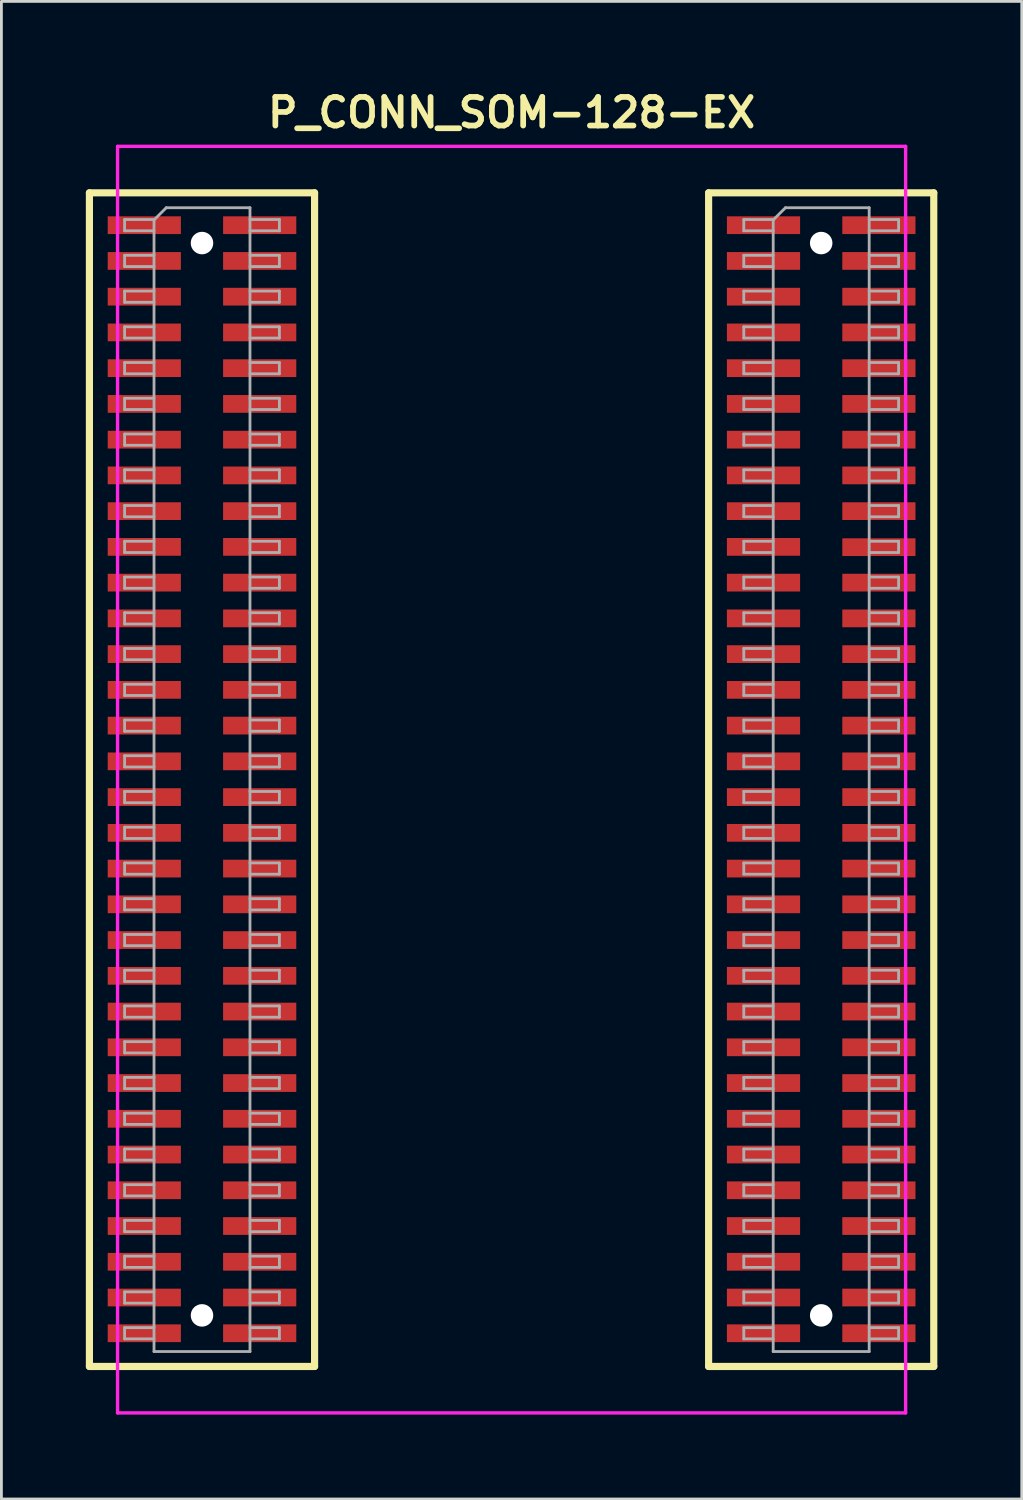
<source format=kicad_pcb>
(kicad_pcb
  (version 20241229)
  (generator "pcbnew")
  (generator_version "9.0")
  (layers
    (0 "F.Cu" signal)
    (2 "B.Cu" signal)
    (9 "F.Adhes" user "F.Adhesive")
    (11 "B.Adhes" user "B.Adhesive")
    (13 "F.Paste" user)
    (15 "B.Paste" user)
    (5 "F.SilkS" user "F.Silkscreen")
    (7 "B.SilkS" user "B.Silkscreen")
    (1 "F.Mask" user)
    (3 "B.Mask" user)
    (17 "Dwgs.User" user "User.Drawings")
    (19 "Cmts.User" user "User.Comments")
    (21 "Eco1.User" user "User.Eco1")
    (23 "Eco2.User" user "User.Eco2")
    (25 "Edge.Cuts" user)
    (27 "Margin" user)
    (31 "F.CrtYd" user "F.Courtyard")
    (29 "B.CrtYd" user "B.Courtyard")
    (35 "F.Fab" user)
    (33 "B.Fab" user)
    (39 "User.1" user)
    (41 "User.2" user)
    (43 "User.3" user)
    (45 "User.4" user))
  (footprint "P_CONN_SOM-128-EX"
    (layer "F.Cu")
    (at 4.127 4.951)
    (property "Reference" "P_CONN_SOM-128-EX" (at 11 -4 0) (layer "F.SilkS") (effects (font (size 1.016 1.016) (thickness 0.203))))
    (property "Value" "${VALUE}" (at 11 43 0) (layer "F.SilkS") (hide yes) (effects (font (size 1.016 0.914) (thickness 0.203) (italic yes))))
    (attr through_hole)
    (fp_line (start -4 -1.15) (end -4 40.55) (stroke (width 0.254) (type solid)) (layer "F.SilkS"))
    (fp_line (start -4 -1.15) (end 4 -1.15) (stroke (width 0.254) (type solid)) (layer "F.SilkS"))
    (fp_line (start -4 40.55) (end 4 40.55) (stroke (width 0.254) (type solid)) (layer "F.SilkS"))
    (fp_line (start 4 -1.15) (end 4 40.55) (stroke (width 0.254) (type solid)) (layer "F.SilkS"))
    (fp_line (start 18 -1.15) (end 18 40.55) (stroke (width 0.254) (type solid)) (layer "F.SilkS"))
    (fp_line (start 18 -1.15) (end 26 -1.15) (stroke (width 0.254) (type solid)) (layer "F.SilkS"))
    (fp_line (start 18 40.55) (end 26 40.55) (stroke (width 0.254) (type solid)) (layer "F.SilkS"))
    (fp_line (start 26 40.55) (end 26 -1.15) (stroke (width 0.254) (type solid)) (layer "F.SilkS"))
    (fp_line (start -3 -2.8) (end -3 42.2) (stroke (width 0.12) (type solid)) (layer "F.CrtYd"))
    (fp_line (start -3 -2.8) (end 25 -2.8) (stroke (width 0.12) (type solid)) (layer "F.CrtYd"))
    (fp_line (start -3 42.2) (end 25 42.2) (stroke (width 0.12) (type solid)) (layer "F.CrtYd"))
    (fp_line (start 25 -2.8) (end 25 42.2) (stroke (width 0.12) (type solid)) (layer "F.CrtYd"))
    (fp_line (start -2.75 -0.2) (end -2.75 0.2) (stroke (width 0.1) (type solid)) (layer "F.Fab"))
    (fp_line (start -2.75 0.2) (end -1.705 0.2) (stroke (width 0.1) (type solid)) (layer "F.Fab"))
    (fp_line (start -2.75 1.07) (end -2.75 1.47) (stroke (width 0.1) (type solid)) (layer "F.Fab"))
    (fp_line (start -2.75 1.47) (end -1.705 1.47) (stroke (width 0.1) (type solid)) (layer "F.Fab"))
    (fp_line (start -2.75 2.34) (end -2.75 2.74) (stroke (width 0.1) (type solid)) (layer "F.Fab"))
    (fp_line (start -2.75 2.74) (end -1.705 2.74) (stroke (width 0.1) (type solid)) (layer "F.Fab"))
    (fp_line (start -2.75 3.61) (end -2.75 4.01) (stroke (width 0.1) (type solid)) (layer "F.Fab"))
    (fp_line (start -2.75 4.01) (end -1.705 4.01) (stroke (width 0.1) (type solid)) (layer "F.Fab"))
    (fp_line (start -2.75 4.88) (end -2.75 5.28) (stroke (width 0.1) (type solid)) (layer "F.Fab"))
    (fp_line (start -2.75 5.28) (end -1.705 5.28) (stroke (width 0.1) (type solid)) (layer "F.Fab"))
    (fp_line (start -2.75 6.15) (end -2.75 6.55) (stroke (width 0.1) (type solid)) (layer "F.Fab"))
    (fp_line (start -2.75 6.55) (end -1.705 6.55) (stroke (width 0.1) (type solid)) (layer "F.Fab"))
    (fp_line (start -2.75 7.42) (end -2.75 7.82) (stroke (width 0.1) (type solid)) (layer "F.Fab"))
    (fp_line (start -2.75 7.82) (end -1.705 7.82) (stroke (width 0.1) (type solid)) (layer "F.Fab"))
    (fp_line (start -2.75 8.69) (end -2.75 9.09) (stroke (width 0.1) (type solid)) (layer "F.Fab"))
    (fp_line (start -2.75 9.09) (end -1.705 9.09) (stroke (width 0.1) (type solid)) (layer "F.Fab"))
    (fp_line (start -2.75 9.96) (end -2.75 10.36) (stroke (width 0.1) (type solid)) (layer "F.Fab"))
    (fp_line (start -2.75 10.36) (end -1.705 10.36) (stroke (width 0.1) (type solid)) (layer "F.Fab"))
    (fp_line (start -2.75 11.23) (end -2.75 11.63) (stroke (width 0.1) (type solid)) (layer "F.Fab"))
    (fp_line (start -2.75 11.63) (end -1.705 11.63) (stroke (width 0.1) (type solid)) (layer "F.Fab"))
    (fp_line (start -2.75 12.5) (end -2.75 12.9) (stroke (width 0.1) (type solid)) (layer "F.Fab"))
    (fp_line (start -2.75 12.9) (end -1.705 12.9) (stroke (width 0.1) (type solid)) (layer "F.Fab"))
    (fp_line (start -2.75 13.77) (end -2.75 14.17) (stroke (width 0.1) (type solid)) (layer "F.Fab"))
    (fp_line (start -2.75 14.17) (end -1.705 14.17) (stroke (width 0.1) (type solid)) (layer "F.Fab"))
    (fp_line (start -2.75 15.04) (end -2.75 15.44) (stroke (width 0.1) (type solid)) (layer "F.Fab"))
    (fp_line (start -2.75 15.44) (end -1.705 15.44) (stroke (width 0.1) (type solid)) (layer "F.Fab"))
    (fp_line (start -2.75 16.31) (end -2.75 16.71) (stroke (width 0.1) (type solid)) (layer "F.Fab"))
    (fp_line (start -2.75 16.71) (end -1.705 16.71) (stroke (width 0.1) (type solid)) (layer "F.Fab"))
    (fp_line (start -2.75 17.58) (end -2.75 17.98) (stroke (width 0.1) (type solid)) (layer "F.Fab"))
    (fp_line (start -2.75 17.98) (end -1.705 17.98) (stroke (width 0.1) (type solid)) (layer "F.Fab"))
    (fp_line (start -2.75 18.85) (end -2.75 19.25) (stroke (width 0.1) (type solid)) (layer "F.Fab"))
    (fp_line (start -2.75 19.25) (end -1.705 19.25) (stroke (width 0.1) (type solid)) (layer "F.Fab"))
    (fp_line (start -2.75 20.12) (end -2.75 20.52) (stroke (width 0.1) (type solid)) (layer "F.Fab"))
    (fp_line (start -2.75 20.52) (end -1.705 20.52) (stroke (width 0.1) (type solid)) (layer "F.Fab"))
    (fp_line (start -2.75 21.39) (end -2.75 21.79) (stroke (width 0.1) (type solid)) (layer "F.Fab"))
    (fp_line (start -2.75 21.79) (end -1.705 21.79) (stroke (width 0.1) (type solid)) (layer "F.Fab"))
    (fp_line (start -2.75 22.66) (end -2.75 23.06) (stroke (width 0.1) (type solid)) (layer "F.Fab"))
    (fp_line (start -2.75 23.06) (end -1.705 23.06) (stroke (width 0.1) (type solid)) (layer "F.Fab"))
    (fp_line (start -2.75 23.93) (end -2.75 24.33) (stroke (width 0.1) (type solid)) (layer "F.Fab"))
    (fp_line (start -2.75 24.33) (end -1.705 24.33) (stroke (width 0.1) (type solid)) (layer "F.Fab"))
    (fp_line (start -2.75 25.2) (end -2.75 25.6) (stroke (width 0.1) (type solid)) (layer "F.Fab"))
    (fp_line (start -2.75 25.6) (end -1.705 25.6) (stroke (width 0.1) (type solid)) (layer "F.Fab"))
    (fp_line (start -2.75 26.47) (end -2.75 26.87) (stroke (width 0.1) (type solid)) (layer "F.Fab"))
    (fp_line (start -2.75 26.87) (end -1.705 26.87) (stroke (width 0.1) (type solid)) (layer "F.Fab"))
    (fp_line (start -2.75 27.74) (end -2.75 28.14) (stroke (width 0.1) (type solid)) (layer "F.Fab"))
    (fp_line (start -2.75 28.14) (end -1.705 28.14) (stroke (width 0.1) (type solid)) (layer "F.Fab"))
    (fp_line (start -2.75 29.01) (end -2.75 29.41) (stroke (width 0.1) (type solid)) (layer "F.Fab"))
    (fp_line (start -2.75 29.41) (end -1.705 29.41) (stroke (width 0.1) (type solid)) (layer "F.Fab"))
    (fp_line (start -2.75 30.28) (end -2.75 30.68) (stroke (width 0.1) (type solid)) (layer "F.Fab"))
    (fp_line (start -2.75 30.68) (end -1.705 30.68) (stroke (width 0.1) (type solid)) (layer "F.Fab"))
    (fp_line (start -2.75 31.55) (end -2.75 31.95) (stroke (width 0.1) (type solid)) (layer "F.Fab"))
    (fp_line (start -2.75 31.95) (end -1.705 31.95) (stroke (width 0.1) (type solid)) (layer "F.Fab"))
    (fp_line (start -2.75 32.82) (end -2.75 33.22) (stroke (width 0.1) (type solid)) (layer "F.Fab"))
    (fp_line (start -2.75 33.22) (end -1.705 33.22) (stroke (width 0.1) (type solid)) (layer "F.Fab"))
    (fp_line (start -2.75 34.09) (end -2.75 34.49) (stroke (width 0.1) (type solid)) (layer "F.Fab"))
    (fp_line (start -2.75 34.49) (end -1.705 34.49) (stroke (width 0.1) (type solid)) (layer "F.Fab"))
    (fp_line (start -2.75 35.36) (end -2.75 35.76) (stroke (width 0.1) (type solid)) (layer "F.Fab"))
    (fp_line (start -2.75 35.76) (end -1.705 35.76) (stroke (width 0.1) (type solid)) (layer "F.Fab"))
    (fp_line (start -2.75 36.63) (end -2.75 37.03) (stroke (width 0.1) (type solid)) (layer "F.Fab"))
    (fp_line (start -2.75 37.03) (end -1.705 37.03) (stroke (width 0.1) (type solid)) (layer "F.Fab"))
    (fp_line (start -2.75 37.9) (end -2.75 38.3) (stroke (width 0.1) (type solid)) (layer "F.Fab"))
    (fp_line (start -2.75 38.3) (end -1.705 38.3) (stroke (width 0.1) (type solid)) (layer "F.Fab"))
    (fp_line (start -2.75 39.17) (end -2.75 39.57) (stroke (width 0.1) (type solid)) (layer "F.Fab"))
    (fp_line (start -2.75 39.57) (end -1.705 39.57) (stroke (width 0.1) (type solid)) (layer "F.Fab"))
    (fp_line (start -1.705 -0.2) (end -2.75 -0.2) (stroke (width 0.1) (type solid)) (layer "F.Fab"))
    (fp_line (start -1.705 -0.185) (end -1.27 -0.62) (stroke (width 0.1) (type solid)) (layer "F.Fab"))
    (fp_line (start -1.705 1.07) (end -2.75 1.07) (stroke (width 0.1) (type solid)) (layer "F.Fab"))
    (fp_line (start -1.705 2.34) (end -2.75 2.34) (stroke (width 0.1) (type solid)) (layer "F.Fab"))
    (fp_line (start -1.705 3.61) (end -2.75 3.61) (stroke (width 0.1) (type solid)) (layer "F.Fab"))
    (fp_line (start -1.705 4.88) (end -2.75 4.88) (stroke (width 0.1) (type solid)) (layer "F.Fab"))
    (fp_line (start -1.705 6.15) (end -2.75 6.15) (stroke (width 0.1) (type solid)) (layer "F.Fab"))
    (fp_line (start -1.705 7.42) (end -2.75 7.42) (stroke (width 0.1) (type solid)) (layer "F.Fab"))
    (fp_line (start -1.705 8.69) (end -2.75 8.69) (stroke (width 0.1) (type solid)) (layer "F.Fab"))
    (fp_line (start -1.705 9.96) (end -2.75 9.96) (stroke (width 0.1) (type solid)) (layer "F.Fab"))
    (fp_line (start -1.705 11.23) (end -2.75 11.23) (stroke (width 0.1) (type solid)) (layer "F.Fab"))
    (fp_line (start -1.705 12.5) (end -2.75 12.5) (stroke (width 0.1) (type solid)) (layer "F.Fab"))
    (fp_line (start -1.705 13.77) (end -2.75 13.77) (stroke (width 0.1) (type solid)) (layer "F.Fab"))
    (fp_line (start -1.705 15.04) (end -2.75 15.04) (stroke (width 0.1) (type solid)) (layer "F.Fab"))
    (fp_line (start -1.705 16.31) (end -2.75 16.31) (stroke (width 0.1) (type solid)) (layer "F.Fab"))
    (fp_line (start -1.705 17.58) (end -2.75 17.58) (stroke (width 0.1) (type solid)) (layer "F.Fab"))
    (fp_line (start -1.705 18.85) (end -2.75 18.85) (stroke (width 0.1) (type solid)) (layer "F.Fab"))
    (fp_line (start -1.705 20.12) (end -2.75 20.12) (stroke (width 0.1) (type solid)) (layer "F.Fab"))
    (fp_line (start -1.705 21.39) (end -2.75 21.39) (stroke (width 0.1) (type solid)) (layer "F.Fab"))
    (fp_line (start -1.705 22.66) (end -2.75 22.66) (stroke (width 0.1) (type solid)) (layer "F.Fab"))
    (fp_line (start -1.705 23.93) (end -2.75 23.93) (stroke (width 0.1) (type solid)) (layer "F.Fab"))
    (fp_line (start -1.705 25.2) (end -2.75 25.2) (stroke (width 0.1) (type solid)) (layer "F.Fab"))
    (fp_line (start -1.705 26.47) (end -2.75 26.47) (stroke (width 0.1) (type solid)) (layer "F.Fab"))
    (fp_line (start -1.705 27.74) (end -2.75 27.74) (stroke (width 0.1) (type solid)) (layer "F.Fab"))
    (fp_line (start -1.705 29.01) (end -2.75 29.01) (stroke (width 0.1) (type solid)) (layer "F.Fab"))
    (fp_line (start -1.705 30.28) (end -2.75 30.28) (stroke (width 0.1) (type solid)) (layer "F.Fab"))
    (fp_line (start -1.705 31.55) (end -2.75 31.55) (stroke (width 0.1) (type solid)) (layer "F.Fab"))
    (fp_line (start -1.705 32.82) (end -2.75 32.82) (stroke (width 0.1) (type solid)) (layer "F.Fab"))
    (fp_line (start -1.705 34.09) (end -2.75 34.09) (stroke (width 0.1) (type solid)) (layer "F.Fab"))
    (fp_line (start -1.705 35.36) (end -2.75 35.36) (stroke (width 0.1) (type solid)) (layer "F.Fab"))
    (fp_line (start -1.705 36.63) (end -2.75 36.63) (stroke (width 0.1) (type solid)) (layer "F.Fab"))
    (fp_line (start -1.705 37.9) (end -2.75 37.9) (stroke (width 0.1) (type solid)) (layer "F.Fab"))
    (fp_line (start -1.705 39.17) (end -2.75 39.17) (stroke (width 0.1) (type solid)) (layer "F.Fab"))
    (fp_line (start -1.705 40.02) (end -1.705 -0.185) (stroke (width 0.1) (type solid)) (layer "F.Fab"))
    (fp_line (start -1.27 -0.62) (end 1.705 -0.62) (stroke (width 0.1) (type solid)) (layer "F.Fab"))
    (fp_line (start 1.705 -0.62) (end 1.705 40.02) (stroke (width 0.1) (type solid)) (layer "F.Fab"))
    (fp_line (start 1.705 -0.2) (end 2.75 -0.2) (stroke (width 0.1) (type solid)) (layer "F.Fab"))
    (fp_line (start 1.705 1.07) (end 2.75 1.07) (stroke (width 0.1) (type solid)) (layer "F.Fab"))
    (fp_line (start 1.705 2.34) (end 2.75 2.34) (stroke (width 0.1) (type solid)) (layer "F.Fab"))
    (fp_line (start 1.705 3.61) (end 2.75 3.61) (stroke (width 0.1) (type solid)) (layer "F.Fab"))
    (fp_line (start 1.705 4.88) (end 2.75 4.88) (stroke (width 0.1) (type solid)) (layer "F.Fab"))
    (fp_line (start 1.705 6.15) (end 2.75 6.15) (stroke (width 0.1) (type solid)) (layer "F.Fab"))
    (fp_line (start 1.705 7.42) (end 2.75 7.42) (stroke (width 0.1) (type solid)) (layer "F.Fab"))
    (fp_line (start 1.705 8.69) (end 2.75 8.69) (stroke (width 0.1) (type solid)) (layer "F.Fab"))
    (fp_line (start 1.705 9.96) (end 2.75 9.96) (stroke (width 0.1) (type solid)) (layer "F.Fab"))
    (fp_line (start 1.705 11.23) (end 2.75 11.23) (stroke (width 0.1) (type solid)) (layer "F.Fab"))
    (fp_line (start 1.705 12.5) (end 2.75 12.5) (stroke (width 0.1) (type solid)) (layer "F.Fab"))
    (fp_line (start 1.705 13.77) (end 2.75 13.77) (stroke (width 0.1) (type solid)) (layer "F.Fab"))
    (fp_line (start 1.705 15.04) (end 2.75 15.04) (stroke (width 0.1) (type solid)) (layer "F.Fab"))
    (fp_line (start 1.705 16.31) (end 2.75 16.31) (stroke (width 0.1) (type solid)) (layer "F.Fab"))
    (fp_line (start 1.705 17.58) (end 2.75 17.58) (stroke (width 0.1) (type solid)) (layer "F.Fab"))
    (fp_line (start 1.705 18.85) (end 2.75 18.85) (stroke (width 0.1) (type solid)) (layer "F.Fab"))
    (fp_line (start 1.705 20.12) (end 2.75 20.12) (stroke (width 0.1) (type solid)) (layer "F.Fab"))
    (fp_line (start 1.705 21.39) (end 2.75 21.39) (stroke (width 0.1) (type solid)) (layer "F.Fab"))
    (fp_line (start 1.705 22.66) (end 2.75 22.66) (stroke (width 0.1) (type solid)) (layer "F.Fab"))
    (fp_line (start 1.705 23.93) (end 2.75 23.93) (stroke (width 0.1) (type solid)) (layer "F.Fab"))
    (fp_line (start 1.705 25.2) (end 2.75 25.2) (stroke (width 0.1) (type solid)) (layer "F.Fab"))
    (fp_line (start 1.705 26.47) (end 2.75 26.47) (stroke (width 0.1) (type solid)) (layer "F.Fab"))
    (fp_line (start 1.705 27.74) (end 2.75 27.74) (stroke (width 0.1) (type solid)) (layer "F.Fab"))
    (fp_line (start 1.705 29.01) (end 2.75 29.01) (stroke (width 0.1) (type solid)) (layer "F.Fab"))
    (fp_line (start 1.705 30.28) (end 2.75 30.28) (stroke (width 0.1) (type solid)) (layer "F.Fab"))
    (fp_line (start 1.705 31.55) (end 2.75 31.55) (stroke (width 0.1) (type solid)) (layer "F.Fab"))
    (fp_line (start 1.705 32.82) (end 2.75 32.82) (stroke (width 0.1) (type solid)) (layer "F.Fab"))
    (fp_line (start 1.705 34.09) (end 2.75 34.09) (stroke (width 0.1) (type solid)) (layer "F.Fab"))
    (fp_line (start 1.705 35.36) (end 2.75 35.36) (stroke (width 0.1) (type solid)) (layer "F.Fab"))
    (fp_line (start 1.705 36.63) (end 2.75 36.63) (stroke (width 0.1) (type solid)) (layer "F.Fab"))
    (fp_line (start 1.705 37.9) (end 2.75 37.9) (stroke (width 0.1) (type solid)) (layer "F.Fab"))
    (fp_line (start 1.705 39.17) (end 2.75 39.17) (stroke (width 0.1) (type solid)) (layer "F.Fab"))
    (fp_line (start 1.705 40.02) (end -1.705 40.02) (stroke (width 0.1) (type solid)) (layer "F.Fab"))
    (fp_line (start 2.75 -0.2) (end 2.75 0.2) (stroke (width 0.1) (type solid)) (layer "F.Fab"))
    (fp_line (start 2.75 0.2) (end 1.705 0.2) (stroke (width 0.1) (type solid)) (layer "F.Fab"))
    (fp_line (start 2.75 1.07) (end 2.75 1.47) (stroke (width 0.1) (type solid)) (layer "F.Fab"))
    (fp_line (start 2.75 1.47) (end 1.705 1.47) (stroke (width 0.1) (type solid)) (layer "F.Fab"))
    (fp_line (start 2.75 2.34) (end 2.75 2.74) (stroke (width 0.1) (type solid)) (layer "F.Fab"))
    (fp_line (start 2.75 2.74) (end 1.705 2.74) (stroke (width 0.1) (type solid)) (layer "F.Fab"))
    (fp_line (start 2.75 3.61) (end 2.75 4.01) (stroke (width 0.1) (type solid)) (layer "F.Fab"))
    (fp_line (start 2.75 4.01) (end 1.705 4.01) (stroke (width 0.1) (type solid)) (layer "F.Fab"))
    (fp_line (start 2.75 4.88) (end 2.75 5.28) (stroke (width 0.1) (type solid)) (layer "F.Fab"))
    (fp_line (start 2.75 5.28) (end 1.705 5.28) (stroke (width 0.1) (type solid)) (layer "F.Fab"))
    (fp_line (start 2.75 6.15) (end 2.75 6.55) (stroke (width 0.1) (type solid)) (layer "F.Fab"))
    (fp_line (start 2.75 6.55) (end 1.705 6.55) (stroke (width 0.1) (type solid)) (layer "F.Fab"))
    (fp_line (start 2.75 7.42) (end 2.75 7.82) (stroke (width 0.1) (type solid)) (layer "F.Fab"))
    (fp_line (start 2.75 7.82) (end 1.705 7.82) (stroke (width 0.1) (type solid)) (layer "F.Fab"))
    (fp_line (start 2.75 8.69) (end 2.75 9.09) (stroke (width 0.1) (type solid)) (layer "F.Fab"))
    (fp_line (start 2.75 9.09) (end 1.705 9.09) (stroke (width 0.1) (type solid)) (layer "F.Fab"))
    (fp_line (start 2.75 9.96) (end 2.75 10.36) (stroke (width 0.1) (type solid)) (layer "F.Fab"))
    (fp_line (start 2.75 10.36) (end 1.705 10.36) (stroke (width 0.1) (type solid)) (layer "F.Fab"))
    (fp_line (start 2.75 11.23) (end 2.75 11.63) (stroke (width 0.1) (type solid)) (layer "F.Fab"))
    (fp_line (start 2.75 11.63) (end 1.705 11.63) (stroke (width 0.1) (type solid)) (layer "F.Fab"))
    (fp_line (start 2.75 12.5) (end 2.75 12.9) (stroke (width 0.1) (type solid)) (layer "F.Fab"))
    (fp_line (start 2.75 12.9) (end 1.705 12.9) (stroke (width 0.1) (type solid)) (layer "F.Fab"))
    (fp_line (start 2.75 13.77) (end 2.75 14.17) (stroke (width 0.1) (type solid)) (layer "F.Fab"))
    (fp_line (start 2.75 14.17) (end 1.705 14.17) (stroke (width 0.1) (type solid)) (layer "F.Fab"))
    (fp_line (start 2.75 15.04) (end 2.75 15.44) (stroke (width 0.1) (type solid)) (layer "F.Fab"))
    (fp_line (start 2.75 15.44) (end 1.705 15.44) (stroke (width 0.1) (type solid)) (layer "F.Fab"))
    (fp_line (start 2.75 16.31) (end 2.75 16.71) (stroke (width 0.1) (type solid)) (layer "F.Fab"))
    (fp_line (start 2.75 16.71) (end 1.705 16.71) (stroke (width 0.1) (type solid)) (layer "F.Fab"))
    (fp_line (start 2.75 17.58) (end 2.75 17.98) (stroke (width 0.1) (type solid)) (layer "F.Fab"))
    (fp_line (start 2.75 17.98) (end 1.705 17.98) (stroke (width 0.1) (type solid)) (layer "F.Fab"))
    (fp_line (start 2.75 18.85) (end 2.75 19.25) (stroke (width 0.1) (type solid)) (layer "F.Fab"))
    (fp_line (start 2.75 19.25) (end 1.705 19.25) (stroke (width 0.1) (type solid)) (layer "F.Fab"))
    (fp_line (start 2.75 20.12) (end 2.75 20.52) (stroke (width 0.1) (type solid)) (layer "F.Fab"))
    (fp_line (start 2.75 20.52) (end 1.705 20.52) (stroke (width 0.1) (type solid)) (layer "F.Fab"))
    (fp_line (start 2.75 21.39) (end 2.75 21.79) (stroke (width 0.1) (type solid)) (layer "F.Fab"))
    (fp_line (start 2.75 21.79) (end 1.705 21.79) (stroke (width 0.1) (type solid)) (layer "F.Fab"))
    (fp_line (start 2.75 22.66) (end 2.75 23.06) (stroke (width 0.1) (type solid)) (layer "F.Fab"))
    (fp_line (start 2.75 23.06) (end 1.705 23.06) (stroke (width 0.1) (type solid)) (layer "F.Fab"))
    (fp_line (start 2.75 23.93) (end 2.75 24.33) (stroke (width 0.1) (type solid)) (layer "F.Fab"))
    (fp_line (start 2.75 24.33) (end 1.705 24.33) (stroke (width 0.1) (type solid)) (layer "F.Fab"))
    (fp_line (start 2.75 25.2) (end 2.75 25.6) (stroke (width 0.1) (type solid)) (layer "F.Fab"))
    (fp_line (start 2.75 25.6) (end 1.705 25.6) (stroke (width 0.1) (type solid)) (layer "F.Fab"))
    (fp_line (start 2.75 26.47) (end 2.75 26.87) (stroke (width 0.1) (type solid)) (layer "F.Fab"))
    (fp_line (start 2.75 26.87) (end 1.705 26.87) (stroke (width 0.1) (type solid)) (layer "F.Fab"))
    (fp_line (start 2.75 27.74) (end 2.75 28.14) (stroke (width 0.1) (type solid)) (layer "F.Fab"))
    (fp_line (start 2.75 28.14) (end 1.705 28.14) (stroke (width 0.1) (type solid)) (layer "F.Fab"))
    (fp_line (start 2.75 29.01) (end 2.75 29.41) (stroke (width 0.1) (type solid)) (layer "F.Fab"))
    (fp_line (start 2.75 29.41) (end 1.705 29.41) (stroke (width 0.1) (type solid)) (layer "F.Fab"))
    (fp_line (start 2.75 30.28) (end 2.75 30.68) (stroke (width 0.1) (type solid)) (layer "F.Fab"))
    (fp_line (start 2.75 30.68) (end 1.705 30.68) (stroke (width 0.1) (type solid)) (layer "F.Fab"))
    (fp_line (start 2.75 31.55) (end 2.75 31.95) (stroke (width 0.1) (type solid)) (layer "F.Fab"))
    (fp_line (start 2.75 31.95) (end 1.705 31.95) (stroke (width 0.1) (type solid)) (layer "F.Fab"))
    (fp_line (start 2.75 32.82) (end 2.75 33.22) (stroke (width 0.1) (type solid)) (layer "F.Fab"))
    (fp_line (start 2.75 33.22) (end 1.705 33.22) (stroke (width 0.1) (type solid)) (layer "F.Fab"))
    (fp_line (start 2.75 34.09) (end 2.75 34.49) (stroke (width 0.1) (type solid)) (layer "F.Fab"))
    (fp_line (start 2.75 34.49) (end 1.705 34.49) (stroke (width 0.1) (type solid)) (layer "F.Fab"))
    (fp_line (start 2.75 35.36) (end 2.75 35.76) (stroke (width 0.1) (type solid)) (layer "F.Fab"))
    (fp_line (start 2.75 35.76) (end 1.705 35.76) (stroke (width 0.1) (type solid)) (layer "F.Fab"))
    (fp_line (start 2.75 36.63) (end 2.75 37.03) (stroke (width 0.1) (type solid)) (layer "F.Fab"))
    (fp_line (start 2.75 37.03) (end 1.705 37.03) (stroke (width 0.1) (type solid)) (layer "F.Fab"))
    (fp_line (start 2.75 37.9) (end 2.75 38.3) (stroke (width 0.1) (type solid)) (layer "F.Fab"))
    (fp_line (start 2.75 38.3) (end 1.705 38.3) (stroke (width 0.1) (type solid)) (layer "F.Fab"))
    (fp_line (start 2.75 39.17) (end 2.75 39.57) (stroke (width 0.1) (type solid)) (layer "F.Fab"))
    (fp_line (start 2.75 39.57) (end 1.705 39.57) (stroke (width 0.1) (type solid)) (layer "F.Fab"))
    (fp_line (start 19.25 -0.2) (end 19.25 0.2) (stroke (width 0.1) (type solid)) (layer "F.Fab"))
    (fp_line (start 19.25 0.2) (end 20.295 0.2) (stroke (width 0.1) (type solid)) (layer "F.Fab"))
    (fp_line (start 19.25 1.07) (end 19.25 1.47) (stroke (width 0.1) (type solid)) (layer "F.Fab"))
    (fp_line (start 19.25 1.47) (end 20.295 1.47) (stroke (width 0.1) (type solid)) (layer "F.Fab"))
    (fp_line (start 19.25 2.34) (end 19.25 2.74) (stroke (width 0.1) (type solid)) (layer "F.Fab"))
    (fp_line (start 19.25 2.74) (end 20.295 2.74) (stroke (width 0.1) (type solid)) (layer "F.Fab"))
    (fp_line (start 19.25 3.61) (end 19.25 4.01) (stroke (width 0.1) (type solid)) (layer "F.Fab"))
    (fp_line (start 19.25 4.01) (end 20.295 4.01) (stroke (width 0.1) (type solid)) (layer "F.Fab"))
    (fp_line (start 19.25 4.88) (end 19.25 5.28) (stroke (width 0.1) (type solid)) (layer "F.Fab"))
    (fp_line (start 19.25 5.28) (end 20.295 5.28) (stroke (width 0.1) (type solid)) (layer "F.Fab"))
    (fp_line (start 19.25 6.15) (end 19.25 6.55) (stroke (width 0.1) (type solid)) (layer "F.Fab"))
    (fp_line (start 19.25 6.55) (end 20.295 6.55) (stroke (width 0.1) (type solid)) (layer "F.Fab"))
    (fp_line (start 19.25 7.42) (end 19.25 7.82) (stroke (width 0.1) (type solid)) (layer "F.Fab"))
    (fp_line (start 19.25 7.82) (end 20.295 7.82) (stroke (width 0.1) (type solid)) (layer "F.Fab"))
    (fp_line (start 19.25 8.69) (end 19.25 9.09) (stroke (width 0.1) (type solid)) (layer "F.Fab"))
    (fp_line (start 19.25 9.09) (end 20.295 9.09) (stroke (width 0.1) (type solid)) (layer "F.Fab"))
    (fp_line (start 19.25 9.96) (end 19.25 10.36) (stroke (width 0.1) (type solid)) (layer "F.Fab"))
    (fp_line (start 19.25 10.36) (end 20.295 10.36) (stroke (width 0.1) (type solid)) (layer "F.Fab"))
    (fp_line (start 19.25 11.23) (end 19.25 11.63) (stroke (width 0.1) (type solid)) (layer "F.Fab"))
    (fp_line (start 19.25 11.63) (end 20.295 11.63) (stroke (width 0.1) (type solid)) (layer "F.Fab"))
    (fp_line (start 19.25 12.5) (end 19.25 12.9) (stroke (width 0.1) (type solid)) (layer "F.Fab"))
    (fp_line (start 19.25 12.9) (end 20.295 12.9) (stroke (width 0.1) (type solid)) (layer "F.Fab"))
    (fp_line (start 19.25 13.77) (end 19.25 14.17) (stroke (width 0.1) (type solid)) (layer "F.Fab"))
    (fp_line (start 19.25 14.17) (end 20.295 14.17) (stroke (width 0.1) (type solid)) (layer "F.Fab"))
    (fp_line (start 19.25 15.04) (end 19.25 15.44) (stroke (width 0.1) (type solid)) (layer "F.Fab"))
    (fp_line (start 19.25 15.44) (end 20.295 15.44) (stroke (width 0.1) (type solid)) (layer "F.Fab"))
    (fp_line (start 19.25 16.31) (end 19.25 16.71) (stroke (width 0.1) (type solid)) (layer "F.Fab"))
    (fp_line (start 19.25 16.71) (end 20.295 16.71) (stroke (width 0.1) (type solid)) (layer "F.Fab"))
    (fp_line (start 19.25 17.58) (end 19.25 17.98) (stroke (width 0.1) (type solid)) (layer "F.Fab"))
    (fp_line (start 19.25 17.98) (end 20.295 17.98) (stroke (width 0.1) (type solid)) (layer "F.Fab"))
    (fp_line (start 19.25 18.85) (end 19.25 19.25) (stroke (width 0.1) (type solid)) (layer "F.Fab"))
    (fp_line (start 19.25 19.25) (end 20.295 19.25) (stroke (width 0.1) (type solid)) (layer "F.Fab"))
    (fp_line (start 19.25 20.12) (end 19.25 20.52) (stroke (width 0.1) (type solid)) (layer "F.Fab"))
    (fp_line (start 19.25 20.52) (end 20.295 20.52) (stroke (width 0.1) (type solid)) (layer "F.Fab"))
    (fp_line (start 19.25 21.39) (end 19.25 21.79) (stroke (width 0.1) (type solid)) (layer "F.Fab"))
    (fp_line (start 19.25 21.79) (end 20.295 21.79) (stroke (width 0.1) (type solid)) (layer "F.Fab"))
    (fp_line (start 19.25 22.66) (end 19.25 23.06) (stroke (width 0.1) (type solid)) (layer "F.Fab"))
    (fp_line (start 19.25 23.06) (end 20.295 23.06) (stroke (width 0.1) (type solid)) (layer "F.Fab"))
    (fp_line (start 19.25 23.93) (end 19.25 24.33) (stroke (width 0.1) (type solid)) (layer "F.Fab"))
    (fp_line (start 19.25 24.33) (end 20.295 24.33) (stroke (width 0.1) (type solid)) (layer "F.Fab"))
    (fp_line (start 19.25 25.2) (end 19.25 25.6) (stroke (width 0.1) (type solid)) (layer "F.Fab"))
    (fp_line (start 19.25 25.6) (end 20.295 25.6) (stroke (width 0.1) (type solid)) (layer "F.Fab"))
    (fp_line (start 19.25 26.47) (end 19.25 26.87) (stroke (width 0.1) (type solid)) (layer "F.Fab"))
    (fp_line (start 19.25 26.87) (end 20.295 26.87) (stroke (width 0.1) (type solid)) (layer "F.Fab"))
    (fp_line (start 19.25 27.74) (end 19.25 28.14) (stroke (width 0.1) (type solid)) (layer "F.Fab"))
    (fp_line (start 19.25 28.14) (end 20.295 28.14) (stroke (width 0.1) (type solid)) (layer "F.Fab"))
    (fp_line (start 19.25 29.01) (end 19.25 29.41) (stroke (width 0.1) (type solid)) (layer "F.Fab"))
    (fp_line (start 19.25 29.41) (end 20.295 29.41) (stroke (width 0.1) (type solid)) (layer "F.Fab"))
    (fp_line (start 19.25 30.28) (end 19.25 30.68) (stroke (width 0.1) (type solid)) (layer "F.Fab"))
    (fp_line (start 19.25 30.68) (end 20.295 30.68) (stroke (width 0.1) (type solid)) (layer "F.Fab"))
    (fp_line (start 19.25 31.55) (end 19.25 31.95) (stroke (width 0.1) (type solid)) (layer "F.Fab"))
    (fp_line (start 19.25 31.95) (end 20.295 31.95) (stroke (width 0.1) (type solid)) (layer "F.Fab"))
    (fp_line (start 19.25 32.82) (end 19.25 33.22) (stroke (width 0.1) (type solid)) (layer "F.Fab"))
    (fp_line (start 19.25 33.22) (end 20.295 33.22) (stroke (width 0.1) (type solid)) (layer "F.Fab"))
    (fp_line (start 19.25 34.09) (end 19.25 34.49) (stroke (width 0.1) (type solid)) (layer "F.Fab"))
    (fp_line (start 19.25 34.49) (end 20.295 34.49) (stroke (width 0.1) (type solid)) (layer "F.Fab"))
    (fp_line (start 19.25 35.36) (end 19.25 35.76) (stroke (width 0.1) (type solid)) (layer "F.Fab"))
    (fp_line (start 19.25 35.76) (end 20.295 35.76) (stroke (width 0.1) (type solid)) (layer "F.Fab"))
    (fp_line (start 19.25 36.63) (end 19.25 37.03) (stroke (width 0.1) (type solid)) (layer "F.Fab"))
    (fp_line (start 19.25 37.03) (end 20.295 37.03) (stroke (width 0.1) (type solid)) (layer "F.Fab"))
    (fp_line (start 19.25 37.9) (end 19.25 38.3) (stroke (width 0.1) (type solid)) (layer "F.Fab"))
    (fp_line (start 19.25 38.3) (end 20.295 38.3) (stroke (width 0.1) (type solid)) (layer "F.Fab"))
    (fp_line (start 19.25 39.17) (end 19.25 39.57) (stroke (width 0.1) (type solid)) (layer "F.Fab"))
    (fp_line (start 19.25 39.57) (end 20.295 39.57) (stroke (width 0.1) (type solid)) (layer "F.Fab"))
    (fp_line (start 20.295 -0.2) (end 19.25 -0.2) (stroke (width 0.1) (type solid)) (layer "F.Fab"))
    (fp_line (start 20.295 -0.185) (end 20.73 -0.62) (stroke (width 0.1) (type solid)) (layer "F.Fab"))
    (fp_line (start 20.295 1.07) (end 19.25 1.07) (stroke (width 0.1) (type solid)) (layer "F.Fab"))
    (fp_line (start 20.295 2.34) (end 19.25 2.34) (stroke (width 0.1) (type solid)) (layer "F.Fab"))
    (fp_line (start 20.295 3.61) (end 19.25 3.61) (stroke (width 0.1) (type solid)) (layer "F.Fab"))
    (fp_line (start 20.295 4.88) (end 19.25 4.88) (stroke (width 0.1) (type solid)) (layer "F.Fab"))
    (fp_line (start 20.295 6.15) (end 19.25 6.15) (stroke (width 0.1) (type solid)) (layer "F.Fab"))
    (fp_line (start 20.295 7.42) (end 19.25 7.42) (stroke (width 0.1) (type solid)) (layer "F.Fab"))
    (fp_line (start 20.295 8.69) (end 19.25 8.69) (stroke (width 0.1) (type solid)) (layer "F.Fab"))
    (fp_line (start 20.295 9.96) (end 19.25 9.96) (stroke (width 0.1) (type solid)) (layer "F.Fab"))
    (fp_line (start 20.295 11.23) (end 19.25 11.23) (stroke (width 0.1) (type solid)) (layer "F.Fab"))
    (fp_line (start 20.295 12.5) (end 19.25 12.5) (stroke (width 0.1) (type solid)) (layer "F.Fab"))
    (fp_line (start 20.295 13.77) (end 19.25 13.77) (stroke (width 0.1) (type solid)) (layer "F.Fab"))
    (fp_line (start 20.295 15.04) (end 19.25 15.04) (stroke (width 0.1) (type solid)) (layer "F.Fab"))
    (fp_line (start 20.295 16.31) (end 19.25 16.31) (stroke (width 0.1) (type solid)) (layer "F.Fab"))
    (fp_line (start 20.295 17.58) (end 19.25 17.58) (stroke (width 0.1) (type solid)) (layer "F.Fab"))
    (fp_line (start 20.295 18.85) (end 19.25 18.85) (stroke (width 0.1) (type solid)) (layer "F.Fab"))
    (fp_line (start 20.295 20.12) (end 19.25 20.12) (stroke (width 0.1) (type solid)) (layer "F.Fab"))
    (fp_line (start 20.295 21.39) (end 19.25 21.39) (stroke (width 0.1) (type solid)) (layer "F.Fab"))
    (fp_line (start 20.295 22.66) (end 19.25 22.66) (stroke (width 0.1) (type solid)) (layer "F.Fab"))
    (fp_line (start 20.295 23.93) (end 19.25 23.93) (stroke (width 0.1) (type solid)) (layer "F.Fab"))
    (fp_line (start 20.295 25.2) (end 19.25 25.2) (stroke (width 0.1) (type solid)) (layer "F.Fab"))
    (fp_line (start 20.295 26.47) (end 19.25 26.47) (stroke (width 0.1) (type solid)) (layer "F.Fab"))
    (fp_line (start 20.295 27.74) (end 19.25 27.74) (stroke (width 0.1) (type solid)) (layer "F.Fab"))
    (fp_line (start 20.295 29.01) (end 19.25 29.01) (stroke (width 0.1) (type solid)) (layer "F.Fab"))
    (fp_line (start 20.295 30.28) (end 19.25 30.28) (stroke (width 0.1) (type solid)) (layer "F.Fab"))
    (fp_line (start 20.295 31.55) (end 19.25 31.55) (stroke (width 0.1) (type solid)) (layer "F.Fab"))
    (fp_line (start 20.295 32.82) (end 19.25 32.82) (stroke (width 0.1) (type solid)) (layer "F.Fab"))
    (fp_line (start 20.295 34.09) (end 19.25 34.09) (stroke (width 0.1) (type solid)) (layer "F.Fab"))
    (fp_line (start 20.295 35.36) (end 19.25 35.36) (stroke (width 0.1) (type solid)) (layer "F.Fab"))
    (fp_line (start 20.295 36.63) (end 19.25 36.63) (stroke (width 0.1) (type solid)) (layer "F.Fab"))
    (fp_line (start 20.295 37.9) (end 19.25 37.9) (stroke (width 0.1) (type solid)) (layer "F.Fab"))
    (fp_line (start 20.295 39.17) (end 19.25 39.17) (stroke (width 0.1) (type solid)) (layer "F.Fab"))
    (fp_line (start 20.295 40.02) (end 20.295 -0.185) (stroke (width 0.1) (type solid)) (layer "F.Fab"))
    (fp_line (start 20.73 -0.62) (end 23.705 -0.62) (stroke (width 0.1) (type solid)) (layer "F.Fab"))
    (fp_line (start 23.705 -0.62) (end 23.705 40.02) (stroke (width 0.1) (type solid)) (layer "F.Fab"))
    (fp_line (start 23.705 -0.2) (end 24.75 -0.2) (stroke (width 0.1) (type solid)) (layer "F.Fab"))
    (fp_line (start 23.705 1.07) (end 24.75 1.07) (stroke (width 0.1) (type solid)) (layer "F.Fab"))
    (fp_line (start 23.705 2.34) (end 24.75 2.34) (stroke (width 0.1) (type solid)) (layer "F.Fab"))
    (fp_line (start 23.705 3.61) (end 24.75 3.61) (stroke (width 0.1) (type solid)) (layer "F.Fab"))
    (fp_line (start 23.705 4.88) (end 24.75 4.88) (stroke (width 0.1) (type solid)) (layer "F.Fab"))
    (fp_line (start 23.705 6.15) (end 24.75 6.15) (stroke (width 0.1) (type solid)) (layer "F.Fab"))
    (fp_line (start 23.705 7.42) (end 24.75 7.42) (stroke (width 0.1) (type solid)) (layer "F.Fab"))
    (fp_line (start 23.705 8.69) (end 24.75 8.69) (stroke (width 0.1) (type solid)) (layer "F.Fab"))
    (fp_line (start 23.705 9.96) (end 24.75 9.96) (stroke (width 0.1) (type solid)) (layer "F.Fab"))
    (fp_line (start 23.705 11.23) (end 24.75 11.23) (stroke (width 0.1) (type solid)) (layer "F.Fab"))
    (fp_line (start 23.705 12.5) (end 24.75 12.5) (stroke (width 0.1) (type solid)) (layer "F.Fab"))
    (fp_line (start 23.705 13.77) (end 24.75 13.77) (stroke (width 0.1) (type solid)) (layer "F.Fab"))
    (fp_line (start 23.705 15.04) (end 24.75 15.04) (stroke (width 0.1) (type solid)) (layer "F.Fab"))
    (fp_line (start 23.705 16.31) (end 24.75 16.31) (stroke (width 0.1) (type solid)) (layer "F.Fab"))
    (fp_line (start 23.705 17.58) (end 24.75 17.58) (stroke (width 0.1) (type solid)) (layer "F.Fab"))
    (fp_line (start 23.705 18.85) (end 24.75 18.85) (stroke (width 0.1) (type solid)) (layer "F.Fab"))
    (fp_line (start 23.705 20.12) (end 24.75 20.12) (stroke (width 0.1) (type solid)) (layer "F.Fab"))
    (fp_line (start 23.705 21.39) (end 24.75 21.39) (stroke (width 0.1) (type solid)) (layer "F.Fab"))
    (fp_line (start 23.705 22.66) (end 24.75 22.66) (stroke (width 0.1) (type solid)) (layer "F.Fab"))
    (fp_line (start 23.705 23.93) (end 24.75 23.93) (stroke (width 0.1) (type solid)) (layer "F.Fab"))
    (fp_line (start 23.705 25.2) (end 24.75 25.2) (stroke (width 0.1) (type solid)) (layer "F.Fab"))
    (fp_line (start 23.705 26.47) (end 24.75 26.47) (stroke (width 0.1) (type solid)) (layer "F.Fab"))
    (fp_line (start 23.705 27.74) (end 24.75 27.74) (stroke (width 0.1) (type solid)) (layer "F.Fab"))
    (fp_line (start 23.705 29.01) (end 24.75 29.01) (stroke (width 0.1) (type solid)) (layer "F.Fab"))
    (fp_line (start 23.705 30.28) (end 24.75 30.28) (stroke (width 0.1) (type solid)) (layer "F.Fab"))
    (fp_line (start 23.705 31.55) (end 24.75 31.55) (stroke (width 0.1) (type solid)) (layer "F.Fab"))
    (fp_line (start 23.705 32.82) (end 24.75 32.82) (stroke (width 0.1) (type solid)) (layer "F.Fab"))
    (fp_line (start 23.705 34.09) (end 24.75 34.09) (stroke (width 0.1) (type solid)) (layer "F.Fab"))
    (fp_line (start 23.705 35.36) (end 24.75 35.36) (stroke (width 0.1) (type solid)) (layer "F.Fab"))
    (fp_line (start 23.705 36.63) (end 24.75 36.63) (stroke (width 0.1) (type solid)) (layer "F.Fab"))
    (fp_line (start 23.705 37.9) (end 24.75 37.9) (stroke (width 0.1) (type solid)) (layer "F.Fab"))
    (fp_line (start 23.705 39.17) (end 24.75 39.17) (stroke (width 0.1) (type solid)) (layer "F.Fab"))
    (fp_line (start 23.705 40.02) (end 20.295 40.02) (stroke (width 0.1) (type solid)) (layer "F.Fab"))
    (fp_line (start 24.75 -0.2) (end 24.75 0.2) (stroke (width 0.1) (type solid)) (layer "F.Fab"))
    (fp_line (start 24.75 0.2) (end 23.705 0.2) (stroke (width 0.1) (type solid)) (layer "F.Fab"))
    (fp_line (start 24.75 1.07) (end 24.75 1.47) (stroke (width 0.1) (type solid)) (layer "F.Fab"))
    (fp_line (start 24.75 1.47) (end 23.705 1.47) (stroke (width 0.1) (type solid)) (layer "F.Fab"))
    (fp_line (start 24.75 2.34) (end 24.75 2.74) (stroke (width 0.1) (type solid)) (layer "F.Fab"))
    (fp_line (start 24.75 2.74) (end 23.705 2.74) (stroke (width 0.1) (type solid)) (layer "F.Fab"))
    (fp_line (start 24.75 3.61) (end 24.75 4.01) (stroke (width 0.1) (type solid)) (layer "F.Fab"))
    (fp_line (start 24.75 4.01) (end 23.705 4.01) (stroke (width 0.1) (type solid)) (layer "F.Fab"))
    (fp_line (start 24.75 4.88) (end 24.75 5.28) (stroke (width 0.1) (type solid)) (layer "F.Fab"))
    (fp_line (start 24.75 5.28) (end 23.705 5.28) (stroke (width 0.1) (type solid)) (layer "F.Fab"))
    (fp_line (start 24.75 6.15) (end 24.75 6.55) (stroke (width 0.1) (type solid)) (layer "F.Fab"))
    (fp_line (start 24.75 6.55) (end 23.705 6.55) (stroke (width 0.1) (type solid)) (layer "F.Fab"))
    (fp_line (start 24.75 7.42) (end 24.75 7.82) (stroke (width 0.1) (type solid)) (layer "F.Fab"))
    (fp_line (start 24.75 7.82) (end 23.705 7.82) (stroke (width 0.1) (type solid)) (layer "F.Fab"))
    (fp_line (start 24.75 8.69) (end 24.75 9.09) (stroke (width 0.1) (type solid)) (layer "F.Fab"))
    (fp_line (start 24.75 9.09) (end 23.705 9.09) (stroke (width 0.1) (type solid)) (layer "F.Fab"))
    (fp_line (start 24.75 9.96) (end 24.75 10.36) (stroke (width 0.1) (type solid)) (layer "F.Fab"))
    (fp_line (start 24.75 10.36) (end 23.705 10.36) (stroke (width 0.1) (type solid)) (layer "F.Fab"))
    (fp_line (start 24.75 11.23) (end 24.75 11.63) (stroke (width 0.1) (type solid)) (layer "F.Fab"))
    (fp_line (start 24.75 11.63) (end 23.705 11.63) (stroke (width 0.1) (type solid)) (layer "F.Fab"))
    (fp_line (start 24.75 12.5) (end 24.75 12.9) (stroke (width 0.1) (type solid)) (layer "F.Fab"))
    (fp_line (start 24.75 12.9) (end 23.705 12.9) (stroke (width 0.1) (type solid)) (layer "F.Fab"))
    (fp_line (start 24.75 13.77) (end 24.75 14.17) (stroke (width 0.1) (type solid)) (layer "F.Fab"))
    (fp_line (start 24.75 14.17) (end 23.705 14.17) (stroke (width 0.1) (type solid)) (layer "F.Fab"))
    (fp_line (start 24.75 15.04) (end 24.75 15.44) (stroke (width 0.1) (type solid)) (layer "F.Fab"))
    (fp_line (start 24.75 15.44) (end 23.705 15.44) (stroke (width 0.1) (type solid)) (layer "F.Fab"))
    (fp_line (start 24.75 16.31) (end 24.75 16.71) (stroke (width 0.1) (type solid)) (layer "F.Fab"))
    (fp_line (start 24.75 16.71) (end 23.705 16.71) (stroke (width 0.1) (type solid)) (layer "F.Fab"))
    (fp_line (start 24.75 17.58) (end 24.75 17.98) (stroke (width 0.1) (type solid)) (layer "F.Fab"))
    (fp_line (start 24.75 17.98) (end 23.705 17.98) (stroke (width 0.1) (type solid)) (layer "F.Fab"))
    (fp_line (start 24.75 18.85) (end 24.75 19.25) (stroke (width 0.1) (type solid)) (layer "F.Fab"))
    (fp_line (start 24.75 19.25) (end 23.705 19.25) (stroke (width 0.1) (type solid)) (layer "F.Fab"))
    (fp_line (start 24.75 20.12) (end 24.75 20.52) (stroke (width 0.1) (type solid)) (layer "F.Fab"))
    (fp_line (start 24.75 20.52) (end 23.705 20.52) (stroke (width 0.1) (type solid)) (layer "F.Fab"))
    (fp_line (start 24.75 21.39) (end 24.75 21.79) (stroke (width 0.1) (type solid)) (layer "F.Fab"))
    (fp_line (start 24.75 21.79) (end 23.705 21.79) (stroke (width 0.1) (type solid)) (layer "F.Fab"))
    (fp_line (start 24.75 22.66) (end 24.75 23.06) (stroke (width 0.1) (type solid)) (layer "F.Fab"))
    (fp_line (start 24.75 23.06) (end 23.705 23.06) (stroke (width 0.1) (type solid)) (layer "F.Fab"))
    (fp_line (start 24.75 23.93) (end 24.75 24.33) (stroke (width 0.1) (type solid)) (layer "F.Fab"))
    (fp_line (start 24.75 24.33) (end 23.705 24.33) (stroke (width 0.1) (type solid)) (layer "F.Fab"))
    (fp_line (start 24.75 25.2) (end 24.75 25.6) (stroke (width 0.1) (type solid)) (layer "F.Fab"))
    (fp_line (start 24.75 25.6) (end 23.705 25.6) (stroke (width 0.1) (type solid)) (layer "F.Fab"))
    (fp_line (start 24.75 26.47) (end 24.75 26.87) (stroke (width 0.1) (type solid)) (layer "F.Fab"))
    (fp_line (start 24.75 26.87) (end 23.705 26.87) (stroke (width 0.1) (type solid)) (layer "F.Fab"))
    (fp_line (start 24.75 27.74) (end 24.75 28.14) (stroke (width 0.1) (type solid)) (layer "F.Fab"))
    (fp_line (start 24.75 28.14) (end 23.705 28.14) (stroke (width 0.1) (type solid)) (layer "F.Fab"))
    (fp_line (start 24.75 29.01) (end 24.75 29.41) (stroke (width 0.1) (type solid)) (layer "F.Fab"))
    (fp_line (start 24.75 29.41) (end 23.705 29.41) (stroke (width 0.1) (type solid)) (layer "F.Fab"))
    (fp_line (start 24.75 30.28) (end 24.75 30.68) (stroke (width 0.1) (type solid)) (layer "F.Fab"))
    (fp_line (start 24.75 30.68) (end 23.705 30.68) (stroke (width 0.1) (type solid)) (layer "F.Fab"))
    (fp_line (start 24.75 31.55) (end 24.75 31.95) (stroke (width 0.1) (type solid)) (layer "F.Fab"))
    (fp_line (start 24.75 31.95) (end 23.705 31.95) (stroke (width 0.1) (type solid)) (layer "F.Fab"))
    (fp_line (start 24.75 32.82) (end 24.75 33.22) (stroke (width 0.1) (type solid)) (layer "F.Fab"))
    (fp_line (start 24.75 33.22) (end 23.705 33.22) (stroke (width 0.1) (type solid)) (layer "F.Fab"))
    (fp_line (start 24.75 34.09) (end 24.75 34.49) (stroke (width 0.1) (type solid)) (layer "F.Fab"))
    (fp_line (start 24.75 34.49) (end 23.705 34.49) (stroke (width 0.1) (type solid)) (layer "F.Fab"))
    (fp_line (start 24.75 35.36) (end 24.75 35.76) (stroke (width 0.1) (type solid)) (layer "F.Fab"))
    (fp_line (start 24.75 35.76) (end 23.705 35.76) (stroke (width 0.1) (type solid)) (layer "F.Fab"))
    (fp_line (start 24.75 36.63) (end 24.75 37.03) (stroke (width 0.1) (type solid)) (layer "F.Fab"))
    (fp_line (start 24.75 37.03) (end 23.705 37.03) (stroke (width 0.1) (type solid)) (layer "F.Fab"))
    (fp_line (start 24.75 37.9) (end 24.75 38.3) (stroke (width 0.1) (type solid)) (layer "F.Fab"))
    (fp_line (start 24.75 38.3) (end 23.705 38.3) (stroke (width 0.1) (type solid)) (layer "F.Fab"))
    (fp_line (start 24.75 39.17) (end 24.75 39.57) (stroke (width 0.1) (type solid)) (layer "F.Fab"))
    (fp_line (start 24.75 39.57) (end 23.705 39.57) (stroke (width 0.1) (type solid)) (layer "F.Fab"))
    (pad "" np_thru_hole circle (at 0 0.635) (size 0.8 0.8) (drill 0.8) (layers "*.Cu" "*.Mask"))
    (pad "" np_thru_hole circle (at 0 38.735) (size 0.8 0.8) (drill 0.8) (layers "*.Cu" "*.Mask"))
    (pad "" np_thru_hole circle (at 22 0.635) (size 0.8 0.8) (drill 0.8) (layers "*.Cu" "*.Mask"))
    (pad "" np_thru_hole circle (at 22 38.735) (size 0.8 0.8) (drill 0.8) (layers "*.Cu" "*.Mask"))
    (pad "A1" smd rect (at -2.05 0) (size 2.6 0.63) (layers "F.Cu" "F.Mask" "F.Paste"))
    (pad "A2" smd rect (at 2.05 0) (size 2.6 0.63) (layers "F.Cu" "F.Mask" "F.Paste"))
    (pad "A3" smd rect (at -2.05 1.27) (size 2.6 0.63) (layers "F.Cu" "F.Mask" "F.Paste"))
    (pad "A4" smd rect (at 2.05 1.27) (size 2.6 0.63) (layers "F.Cu" "F.Mask" "F.Paste"))
    (pad "A5" smd rect (at -2.05 2.54) (size 2.6 0.63) (layers "F.Cu" "F.Mask" "F.Paste"))
    (pad "A6" smd rect (at 2.05 2.54) (size 2.6 0.63) (layers "F.Cu" "F.Mask" "F.Paste"))
    (pad "A7" smd rect (at -2.05 3.81) (size 2.6 0.63) (layers "F.Cu" "F.Mask" "F.Paste"))
    (pad "A8" smd rect (at 2.05 3.81) (size 2.6 0.63) (layers "F.Cu" "F.Mask" "F.Paste"))
    (pad "A9" smd rect (at -2.05 5.08) (size 2.6 0.63) (layers "F.Cu" "F.Mask" "F.Paste"))
    (pad "A10" smd rect (at 2.05 5.08) (size 2.6 0.63) (layers "F.Cu" "F.Mask" "F.Paste"))
    (pad "A11" smd rect (at -2.05 6.35) (size 2.6 0.63) (layers "F.Cu" "F.Mask" "F.Paste"))
    (pad "A12" smd rect (at 2.05 6.35) (size 2.6 0.63) (layers "F.Cu" "F.Mask" "F.Paste"))
    (pad "A13" smd rect (at -2.05 7.62) (size 2.6 0.63) (layers "F.Cu" "F.Mask" "F.Paste"))
    (pad "A14" smd rect (at 2.05 7.62) (size 2.6 0.63) (layers "F.Cu" "F.Mask" "F.Paste"))
    (pad "A15" smd rect (at -2.05 8.89) (size 2.6 0.63) (layers "F.Cu" "F.Mask" "F.Paste"))
    (pad "A16" smd rect (at 2.05 8.89) (size 2.6 0.63) (layers "F.Cu" "F.Mask" "F.Paste"))
    (pad "A17" smd rect (at -2.05 10.16) (size 2.6 0.63) (layers "F.Cu" "F.Mask" "F.Paste"))
    (pad "A18" smd rect (at 2.05 10.16) (size 2.6 0.63) (layers "F.Cu" "F.Mask" "F.Paste"))
    (pad "A19" smd rect (at -2.05 11.43) (size 2.6 0.63) (layers "F.Cu" "F.Mask" "F.Paste"))
    (pad "A20" smd rect (at 2.05 11.43) (size 2.6 0.63) (layers "F.Cu" "F.Mask" "F.Paste"))
    (pad "A21" smd rect (at -2.05 12.7) (size 2.6 0.63) (layers "F.Cu" "F.Mask" "F.Paste"))
    (pad "A22" smd rect (at 2.05 12.7) (size 2.6 0.63) (layers "F.Cu" "F.Mask" "F.Paste"))
    (pad "A23" smd rect (at -2.05 13.97) (size 2.6 0.63) (layers "F.Cu" "F.Mask" "F.Paste"))
    (pad "A24" smd rect (at 2.05 13.97) (size 2.6 0.63) (layers "F.Cu" "F.Mask" "F.Paste"))
    (pad "A25" smd rect (at -2.05 15.24) (size 2.6 0.63) (layers "F.Cu" "F.Mask" "F.Paste"))
    (pad "A26" smd rect (at 2.05 15.24) (size 2.6 0.63) (layers "F.Cu" "F.Mask" "F.Paste"))
    (pad "A27" smd rect (at -2.05 16.51) (size 2.6 0.63) (layers "F.Cu" "F.Mask" "F.Paste"))
    (pad "A28" smd rect (at 2.05 16.51) (size 2.6 0.63) (layers "F.Cu" "F.Mask" "F.Paste"))
    (pad "A29" smd rect (at -2.05 17.78) (size 2.6 0.63) (layers "F.Cu" "F.Mask" "F.Paste"))
    (pad "A30" smd rect (at 2.05 17.78) (size 2.6 0.63) (layers "F.Cu" "F.Mask" "F.Paste"))
    (pad "A31" smd rect (at -2.05 19.05) (size 2.6 0.63) (layers "F.Cu" "F.Mask" "F.Paste"))
    (pad "A32" smd rect (at 2.05 19.05) (size 2.6 0.63) (layers "F.Cu" "F.Mask" "F.Paste"))
    (pad "A33" smd rect (at -2.05 20.32) (size 2.6 0.63) (layers "F.Cu" "F.Mask" "F.Paste"))
    (pad "A34" smd rect (at 2.05 20.32) (size 2.6 0.63) (layers "F.Cu" "F.Mask" "F.Paste"))
    (pad "A35" smd rect (at -2.05 21.59) (size 2.6 0.63) (layers "F.Cu" "F.Mask" "F.Paste"))
    (pad "A36" smd rect (at 2.05 21.59) (size 2.6 0.63) (layers "F.Cu" "F.Mask" "F.Paste"))
    (pad "A37" smd rect (at -2.05 22.86) (size 2.6 0.63) (layers "F.Cu" "F.Mask" "F.Paste"))
    (pad "A38" smd rect (at 2.05 22.86) (size 2.6 0.63) (layers "F.Cu" "F.Mask" "F.Paste"))
    (pad "A39" smd rect (at -2.05 24.13) (size 2.6 0.63) (layers "F.Cu" "F.Mask" "F.Paste"))
    (pad "A40" smd rect (at 2.05 24.13) (size 2.6 0.63) (layers "F.Cu" "F.Mask" "F.Paste"))
    (pad "A41" smd rect (at -2.05 25.4) (size 2.6 0.63) (layers "F.Cu" "F.Mask" "F.Paste"))
    (pad "A42" smd rect (at 2.05 25.4) (size 2.6 0.63) (layers "F.Cu" "F.Mask" "F.Paste"))
    (pad "A43" smd rect (at -2.05 26.67) (size 2.6 0.63) (layers "F.Cu" "F.Mask" "F.Paste"))
    (pad "A44" smd rect (at 2.05 26.67) (size 2.6 0.63) (layers "F.Cu" "F.Mask" "F.Paste"))
    (pad "A45" smd rect (at -2.05 27.94) (size 2.6 0.63) (layers "F.Cu" "F.Mask" "F.Paste"))
    (pad "A46" smd rect (at 2.05 27.94) (size 2.6 0.63) (layers "F.Cu" "F.Mask" "F.Paste"))
    (pad "A47" smd rect (at -2.05 29.21) (size 2.6 0.63) (layers "F.Cu" "F.Mask" "F.Paste"))
    (pad "A48" smd rect (at 2.05 29.21) (size 2.6 0.63) (layers "F.Cu" "F.Mask" "F.Paste"))
    (pad "A49" smd rect (at -2.05 30.48) (size 2.6 0.63) (layers "F.Cu" "F.Mask" "F.Paste"))
    (pad "A50" smd rect (at 2.05 30.48) (size 2.6 0.63) (layers "F.Cu" "F.Mask" "F.Paste"))
    (pad "A51" smd rect (at -2.05 31.75) (size 2.6 0.63) (layers "F.Cu" "F.Mask" "F.Paste"))
    (pad "A52" smd rect (at 2.05 31.75) (size 2.6 0.63) (layers "F.Cu" "F.Mask" "F.Paste"))
    (pad "A53" smd rect (at -2.05 33.02) (size 2.6 0.63) (layers "F.Cu" "F.Mask" "F.Paste"))
    (pad "A54" smd rect (at 2.05 33.02) (size 2.6 0.63) (layers "F.Cu" "F.Mask" "F.Paste"))
    (pad "A55" smd rect (at -2.05 34.29) (size 2.6 0.63) (layers "F.Cu" "F.Mask" "F.Paste"))
    (pad "A56" smd rect (at 2.05 34.29) (size 2.6 0.63) (layers "F.Cu" "F.Mask" "F.Paste"))
    (pad "A57" smd rect (at -2.05 35.56) (size 2.6 0.63) (layers "F.Cu" "F.Mask" "F.Paste"))
    (pad "A58" smd rect (at 2.05 35.56) (size 2.6 0.63) (layers "F.Cu" "F.Mask" "F.Paste"))
    (pad "A59" smd rect (at -2.05 36.83) (size 2.6 0.63) (layers "F.Cu" "F.Mask" "F.Paste"))
    (pad "A60" smd rect (at 2.05 36.83) (size 2.6 0.63) (layers "F.Cu" "F.Mask" "F.Paste"))
    (pad "A61" smd rect (at -2.05 38.1) (size 2.6 0.63) (layers "F.Cu" "F.Mask" "F.Paste"))
    (pad "A62" smd rect (at 2.05 38.1) (size 2.6 0.63) (layers "F.Cu" "F.Mask" "F.Paste"))
    (pad "A63" smd rect (at -2.05 39.37) (size 2.6 0.63) (layers "F.Cu" "F.Mask" "F.Paste"))
    (pad "A64" smd rect (at 2.05 39.37) (size 2.6 0.63) (layers "F.Cu" "F.Mask" "F.Paste"))
    (pad "B1" smd rect (at 19.95 0) (size 2.6 0.63) (layers "F.Cu" "F.Mask" "F.Paste"))
    (pad "B2" smd rect (at 24.05 0) (size 2.6 0.63) (layers "F.Cu" "F.Mask" "F.Paste"))
    (pad "B3" smd rect (at 19.95 1.27) (size 2.6 0.63) (layers "F.Cu" "F.Mask" "F.Paste"))
    (pad "B4" smd rect (at 24.05 1.27) (size 2.6 0.63) (layers "F.Cu" "F.Mask" "F.Paste"))
    (pad "B5" smd rect (at 19.95 2.54) (size 2.6 0.63) (layers "F.Cu" "F.Mask" "F.Paste"))
    (pad "B6" smd rect (at 24.05 2.54) (size 2.6 0.63) (layers "F.Cu" "F.Mask" "F.Paste"))
    (pad "B7" smd rect (at 19.95 3.81) (size 2.6 0.63) (layers "F.Cu" "F.Mask" "F.Paste"))
    (pad "B8" smd rect (at 24.05 3.81) (size 2.6 0.63) (layers "F.Cu" "F.Mask" "F.Paste"))
    (pad "B9" smd rect (at 19.95 5.08) (size 2.6 0.63) (layers "F.Cu" "F.Mask" "F.Paste"))
    (pad "B10" smd rect (at 24.05 5.08) (size 2.6 0.63) (layers "F.Cu" "F.Mask" "F.Paste"))
    (pad "B11" smd rect (at 19.95 6.35) (size 2.6 0.63) (layers "F.Cu" "F.Mask" "F.Paste"))
    (pad "B12" smd rect (at 24.05 6.35) (size 2.6 0.63) (layers "F.Cu" "F.Mask" "F.Paste"))
    (pad "B13" smd rect (at 19.95 7.62) (size 2.6 0.63) (layers "F.Cu" "F.Mask" "F.Paste"))
    (pad "B14" smd rect (at 24.05 7.62) (size 2.6 0.63) (layers "F.Cu" "F.Mask" "F.Paste"))
    (pad "B15" smd rect (at 19.95 8.89) (size 2.6 0.63) (layers "F.Cu" "F.Mask" "F.Paste"))
    (pad "B16" smd rect (at 24.05 8.89) (size 2.6 0.63) (layers "F.Cu" "F.Mask" "F.Paste"))
    (pad "B17" smd rect (at 19.95 10.16) (size 2.6 0.63) (layers "F.Cu" "F.Mask" "F.Paste"))
    (pad "B18" smd rect (at 24.05 10.16) (size 2.6 0.63) (layers "F.Cu" "F.Mask" "F.Paste"))
    (pad "B19" smd rect (at 19.95 11.43) (size 2.6 0.63) (layers "F.Cu" "F.Mask" "F.Paste"))
    (pad "B20" smd rect (at 24.05 11.44) (size 2.6 0.63) (layers "F.Cu" "F.Mask" "F.Paste"))
    (pad "B21" smd rect (at 19.95 12.7) (size 2.6 0.63) (layers "F.Cu" "F.Mask" "F.Paste"))
    (pad "B22" smd rect (at 24.05 12.7) (size 2.6 0.63) (layers "F.Cu" "F.Mask" "F.Paste"))
    (pad "B23" smd rect (at 19.95 13.97) (size 2.6 0.63) (layers "F.Cu" "F.Mask" "F.Paste"))
    (pad "B24" smd rect (at 24.05 13.97) (size 2.6 0.63) (layers "F.Cu" "F.Mask" "F.Paste"))
    (pad "B25" smd rect (at 19.95 15.24) (size 2.6 0.63) (layers "F.Cu" "F.Mask" "F.Paste"))
    (pad "B26" smd rect (at 24.05 15.24) (size 2.6 0.63) (layers "F.Cu" "F.Mask" "F.Paste"))
    (pad "B27" smd rect (at 19.95 16.51) (size 2.6 0.63) (layers "F.Cu" "F.Mask" "F.Paste"))
    (pad "B28" smd rect (at 24.05 16.51) (size 2.6 0.63) (layers "F.Cu" "F.Mask" "F.Paste"))
    (pad "B29" smd rect (at 19.95 17.78) (size 2.6 0.63) (layers "F.Cu" "F.Mask" "F.Paste"))
    (pad "B30" smd rect (at 24.05 17.78) (size 2.6 0.63) (layers "F.Cu" "F.Mask" "F.Paste"))
    (pad "B31" smd rect (at 19.95 19.05) (size 2.6 0.63) (layers "F.Cu" "F.Mask" "F.Paste"))
    (pad "B32" smd rect (at 24.05 19.05) (size 2.6 0.63) (layers "F.Cu" "F.Mask" "F.Paste"))
    (pad "B33" smd rect (at 19.95 20.32) (size 2.6 0.63) (layers "F.Cu" "F.Mask" "F.Paste"))
    (pad "B34" smd rect (at 24.05 20.32) (size 2.6 0.63) (layers "F.Cu" "F.Mask" "F.Paste"))
    (pad "B35" smd rect (at 19.95 21.59) (size 2.6 0.63) (layers "F.Cu" "F.Mask" "F.Paste"))
    (pad "B36" smd rect (at 24.05 21.59) (size 2.6 0.63) (layers "F.Cu" "F.Mask" "F.Paste"))
    (pad "B37" smd rect (at 19.95 22.86) (size 2.6 0.63) (layers "F.Cu" "F.Mask" "F.Paste"))
    (pad "B38" smd rect (at 24.05 22.86) (size 2.6 0.63) (layers "F.Cu" "F.Mask" "F.Paste"))
    (pad "B39" smd rect (at 19.95 24.13) (size 2.6 0.63) (layers "F.Cu" "F.Mask" "F.Paste"))
    (pad "B40" smd rect (at 24.05 24.13) (size 2.6 0.63) (layers "F.Cu" "F.Mask" "F.Paste"))
    (pad "B41" smd rect (at 19.95 25.4) (size 2.6 0.63) (layers "F.Cu" "F.Mask" "F.Paste"))
    (pad "B42" smd rect (at 24.05 25.4) (size 2.6 0.63) (layers "F.Cu" "F.Mask" "F.Paste"))
    (pad "B43" smd rect (at 19.95 26.67) (size 2.6 0.63) (layers "F.Cu" "F.Mask" "F.Paste"))
    (pad "B44" smd rect (at 24.05 26.67) (size 2.6 0.63) (layers "F.Cu" "F.Mask" "F.Paste"))
    (pad "B45" smd rect (at 19.95 27.94) (size 2.6 0.63) (layers "F.Cu" "F.Mask" "F.Paste"))
    (pad "B46" smd rect (at 24.05 27.94) (size 2.6 0.63) (layers "F.Cu" "F.Mask" "F.Paste"))
    (pad "B47" smd rect (at 19.95 29.21) (size 2.6 0.63) (layers "F.Cu" "F.Mask" "F.Paste"))
    (pad "B48" smd rect (at 24.05 29.21) (size 2.6 0.63) (layers "F.Cu" "F.Mask" "F.Paste"))
    (pad "B49" smd rect (at 19.95 30.48) (size 2.6 0.63) (layers "F.Cu" "F.Mask" "F.Paste"))
    (pad "B50" smd rect (at 24.05 30.48) (size 2.6 0.63) (layers "F.Cu" "F.Mask" "F.Paste"))
    (pad "B51" smd rect (at 19.95 31.75) (size 2.6 0.63) (layers "F.Cu" "F.Mask" "F.Paste"))
    (pad "B52" smd rect (at 24.05 31.75) (size 2.6 0.63) (layers "F.Cu" "F.Mask" "F.Paste"))
    (pad "B53" smd rect (at 19.95 33.02) (size 2.6 0.63) (layers "F.Cu" "F.Mask" "F.Paste"))
    (pad "B54" smd rect (at 24.05 33.02) (size 2.6 0.63) (layers "F.Cu" "F.Mask" "F.Paste"))
    (pad "B55" smd rect (at 19.95 34.29) (size 2.6 0.63) (layers "F.Cu" "F.Mask" "F.Paste"))
    (pad "B56" smd rect (at 24.05 34.29) (size 2.6 0.63) (layers "F.Cu" "F.Mask" "F.Paste"))
    (pad "B57" smd rect (at 19.95 35.56) (size 2.6 0.63) (layers "F.Cu" "F.Mask" "F.Paste"))
    (pad "B58" smd rect (at 24.05 35.56) (size 2.6 0.63) (layers "F.Cu" "F.Mask" "F.Paste"))
    (pad "B59" smd rect (at 19.95 36.83) (size 2.6 0.63) (layers "F.Cu" "F.Mask" "F.Paste"))
    (pad "B60" smd rect (at 24.05 36.83) (size 2.6 0.63) (layers "F.Cu" "F.Mask" "F.Paste"))
    (pad "B61" smd rect (at 19.95 38.1) (size 2.6 0.63) (layers "F.Cu" "F.Mask" "F.Paste"))
    (pad "B62" smd rect (at 24.05 38.1) (size 2.6 0.63) (layers "F.Cu" "F.Mask" "F.Paste"))
    (pad "B63" smd rect (at 19.95 39.37) (size 2.6 0.63) (layers "F.Cu" "F.Mask" "F.Paste"))
    (pad "B64" smd rect (at 24.05 39.37) (size 2.6 0.63) (layers "F.Cu" "F.Mask" "F.Paste")))
  (gr_rect
    (start -3 -3)
    (end 33.254 50.211)
    (stroke (width 0.1) (type default))
    (fill no)
    (layer "Edge.Cuts")))
</source>
